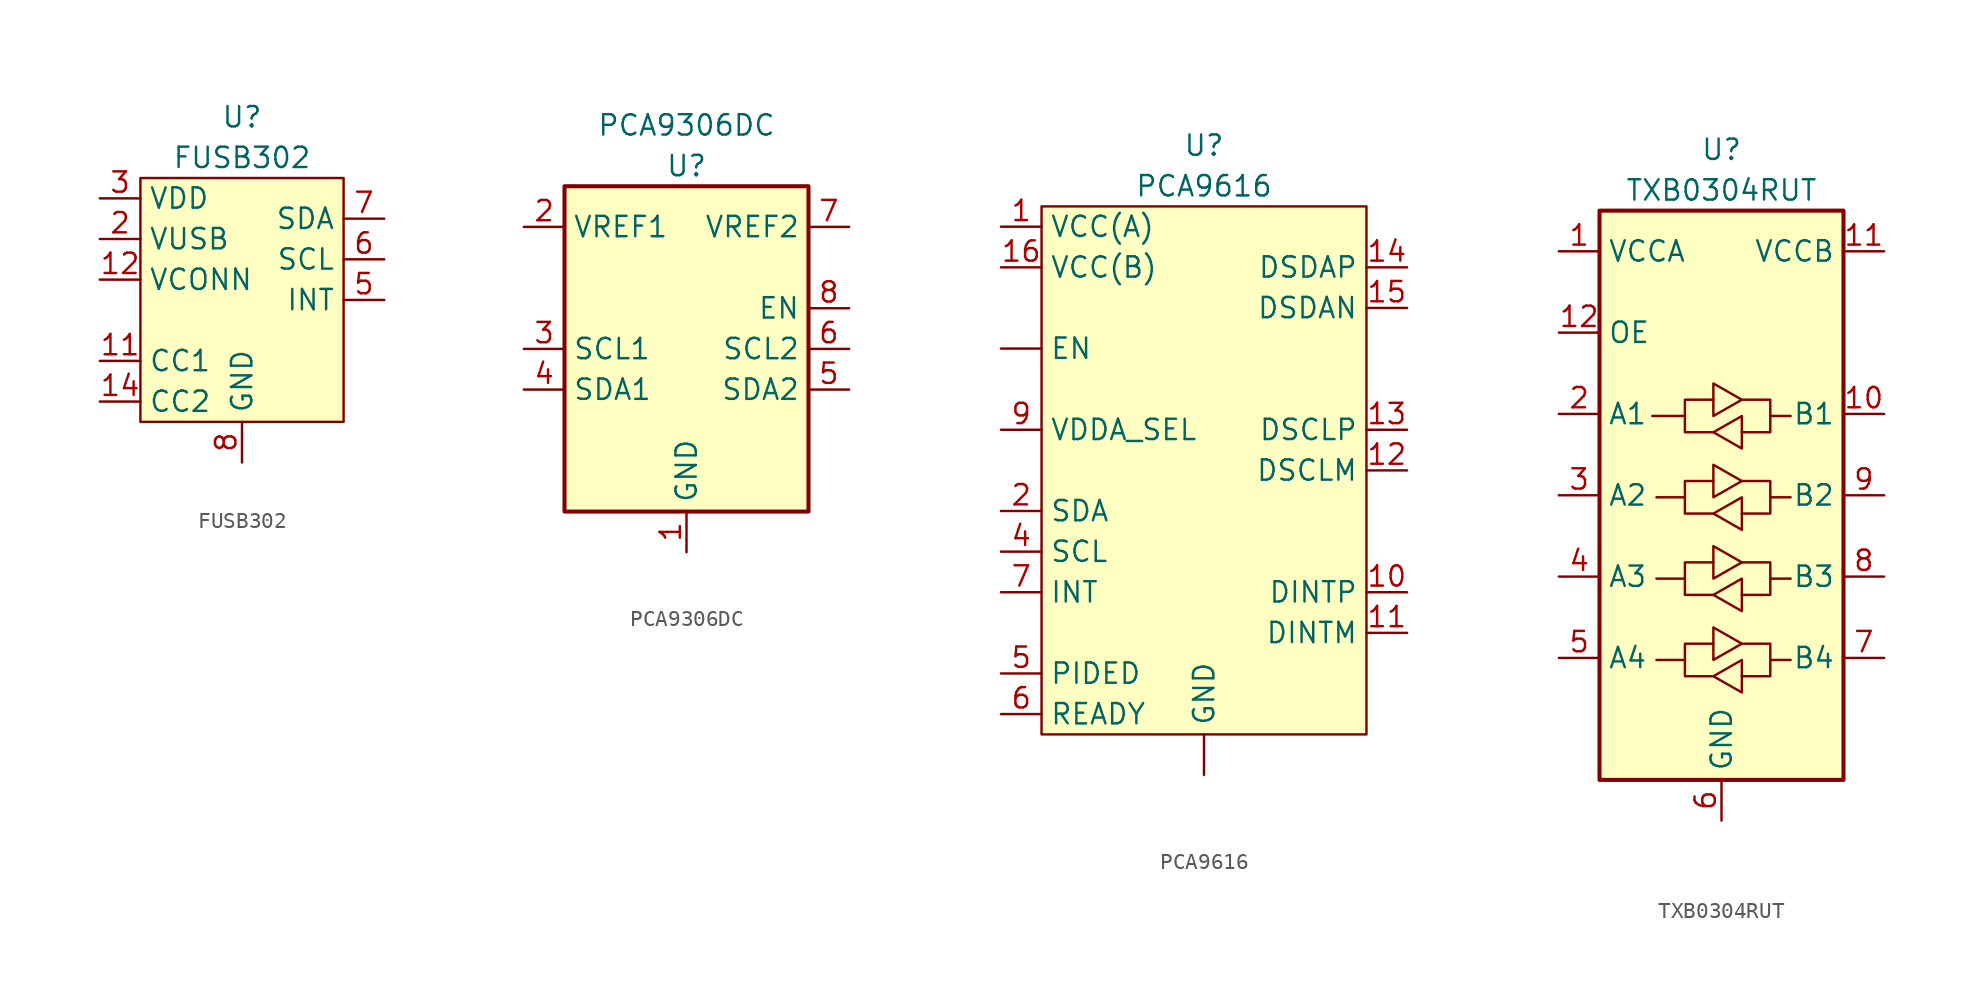
<source format=kicad_sym>
(kicad_symbol_lib
  (version 20220914)
  (generator kicad_symbol_editor)
  (symbol "FUSB302"
    (property "Reference" "U"
      (at 0 5.08 0)
      (effects (font (size 1.27 1.27))))
    (property "Value" "FUSB302"
      (at 0 2.54 0)
      (effects (font (size 1.27 1.27))))
    (symbol "FUSB302_0_1"
      (rectangle (start -6.35 1.27) (end 6.35 -13.97) (stroke (width 0) (type default)) (fill (type background))))
    (symbol "FUSB302_1_1"
      (pin bidirectional line (at -8.89 -10.16 0) (length 2.54) (name "CC1" (effects (font (size 1.27 1.27)))) (number "11" (effects (font (size 1.27 1.27)))))
      (pin power_in line (at -8.89 -5.08 0) (length 2.54) (name "VCONN" (effects (font (size 1.27 1.27)))) (number "12" (effects (font (size 1.27 1.27)))))
      (pin power_in line (at -8.89 -5.08 0) (length 2.54) hide (name "VCONN" (effects (font (size 1.27 1.27)))) (number "13" (effects (font (size 1.27 1.27)))))
      (pin bidirectional line (at -8.89 -12.7 0) (length 2.54) (name "CC2" (effects (font (size 1.27 1.27)))) (number "14" (effects (font (size 1.27 1.27)))))
      (pin input line (at -8.89 -2.54 0) (length 2.54) (name "VUSB" (effects (font (size 1.27 1.27)))) (number "2" (effects (font (size 1.27 1.27)))))
      (pin power_in line (at -8.89 0 0) (length 2.54) (name "VDD" (effects (font (size 1.27 1.27)))) (number "3" (effects (font (size 1.27 1.27)))))
      (pin power_in line (at -8.89 0 0) (length 2.54) hide (name "VDD" (effects (font (size 1.27 1.27)))) (number "4" (effects (font (size 1.27 1.27)))))
      (pin output line (at 8.89 -6.35 180) (length 2.54) (name "INT" (effects (font (size 1.27 1.27)))) (number "5" (effects (font (size 1.27 1.27)))))
      (pin input line (at 8.89 -3.81 180) (length 2.54) (name "SCL" (effects (font (size 1.27 1.27)))) (number "6" (effects (font (size 1.27 1.27)))))
      (pin bidirectional line (at 8.89 -1.27 180) (length 2.54) (name "SDA" (effects (font (size 1.27 1.27)))) (number "7" (effects (font (size 1.27 1.27)))))
      (pin bidirectional line (at 0 -16.51 90) (length 2.54) (name "GND" (effects (font (size 1.27 1.27)))) (number "8" (effects (font (size 1.27 1.27)))))
      (pin bidirectional line (at 0 -16.51 90) (length 2.54) hide (name "GND" (effects (font (size 1.27 1.27)))) (number "9" (effects (font (size 1.27 1.27)))))))
  (symbol "PCA9306DC"
    (property "Reference" "U"
      (at 0 3.81 0)
      (effects (font (size 1.27 1.27))))
    (property "Value" "PCA9306DC"
      (at 0 6.35 0)
      (effects (font (size 1.27 1.27))))
    (symbol "PCA9306DC_0_1"
      (rectangle (start -7.62 2.54) (end 7.62 -17.78) (stroke (width 0.254) (type default)) (fill (type background))))
    (symbol "PCA9306DC_1_1"
      (pin power_in line (at 0 -20.32 90) (length 2.54) (name "GND" (effects (font (size 1.27 1.27)))) (number "1" (effects (font (size 1.27 1.27)))))
      (pin power_in line (at -10.16 0 0) (length 2.54) (name "VREF1" (effects (font (size 1.27 1.27)))) (number "2" (effects (font (size 1.27 1.27)))))
      (pin bidirectional line (at -10.16 -7.62 0) (length 2.54) (name "SCL1" (effects (font (size 1.27 1.27)))) (number "3" (effects (font (size 1.27 1.27)))))
      (pin bidirectional line (at -10.16 -10.16 0) (length 2.54) (name "SDA1" (effects (font (size 1.27 1.27)))) (number "4" (effects (font (size 1.27 1.27)))))
      (pin bidirectional line (at 10.16 -10.16 180) (length 2.54) (name "SDA2" (effects (font (size 1.27 1.27)))) (number "5" (effects (font (size 1.27 1.27)))))
      (pin bidirectional line (at 10.16 -7.62 180) (length 2.54) (name "SCL2" (effects (font (size 1.27 1.27)))) (number "6" (effects (font (size 1.27 1.27)))))
      (pin power_in line (at 10.16 0 180) (length 2.54) (name "VREF2" (effects (font (size 1.27 1.27)))) (number "7" (effects (font (size 1.27 1.27)))))
      (pin input line (at 10.16 -5.08 180) (length 2.54) (name "EN" (effects (font (size 1.27 1.27)))) (number "8" (effects (font (size 1.27 1.27)))))))
  (symbol "PCA9616"
    (property "Reference" "U"
      (at 0 5.08 0)
      (effects (font (size 1.27 1.27))))
    (property "Value" "PCA9616"
      (at 0 2.54 0)
      (effects (font (size 1.27 1.27))))
    (symbol "PCA9616_0_1"
      (rectangle (start -10.16 1.27) (end 10.16 -31.75) (stroke (width 0) (type default)) (fill (type background))))
    (symbol "PCA9616_1_1"
      (pin power_in line (at -12.7 -7.62 0) (length 2.54) (name "EN" (effects (font (size 1.27 1.27)))) (number "" (effects (font (size 1.27 1.27)))))
      (pin power_in line (at 0 -34.29 90) (length 2.54) (name "GND" (effects (font (size 1.27 1.27)))) (number "" (effects (font (size 1.27 1.27)))))
      (pin power_in line (at -12.7 0 0) (length 2.54) (name "VCC(A)" (effects (font (size 1.27 1.27)))) (number "1" (effects (font (size 1.27 1.27)))))
      (pin bidirectional line (at 12.7 -22.86 180) (length 2.54) (name "DINTP" (effects (font (size 1.27 1.27)))) (number "10" (effects (font (size 1.27 1.27)))))
      (pin bidirectional line (at 12.7 -25.4 180) (length 2.54) (name "DINTM" (effects (font (size 1.27 1.27)))) (number "11" (effects (font (size 1.27 1.27)))))
      (pin bidirectional line (at 12.7 -15.24 180) (length 2.54) (name "DSCLM" (effects (font (size 1.27 1.27)))) (number "12" (effects (font (size 1.27 1.27)))))
      (pin bidirectional line (at 12.7 -12.7 180) (length 2.54) (name "DSCLP" (effects (font (size 1.27 1.27)))) (number "13" (effects (font (size 1.27 1.27)))))
      (pin bidirectional line (at 12.7 -2.54 180) (length 2.54) (name "DSDAP" (effects (font (size 1.27 1.27)))) (number "14" (effects (font (size 1.27 1.27)))))
      (pin bidirectional line (at 12.7 -5.08 180) (length 2.54) (name "DSDAN" (effects (font (size 1.27 1.27)))) (number "15" (effects (font (size 1.27 1.27)))))
      (pin power_in line (at -12.7 -2.54 0) (length 2.54) (name "VCC(B)" (effects (font (size 1.27 1.27)))) (number "16" (effects (font (size 1.27 1.27)))))
      (pin bidirectional line (at -12.7 -17.78 0) (length 2.54) (name "SDA" (effects (font (size 1.27 1.27)))) (number "2" (effects (font (size 1.27 1.27)))))
      (pin bidirectional line (at -12.7 -20.32 0) (length 2.54) (name "SCL" (effects (font (size 1.27 1.27)))) (number "4" (effects (font (size 1.27 1.27)))))
      (pin open_collector line (at -12.7 -27.94 0) (length 2.54) (name "PIDED" (effects (font (size 1.27 1.27)))) (number "5" (effects (font (size 1.27 1.27)))))
      (pin open_collector line (at -12.7 -30.48 0) (length 2.54) (name "READY" (effects (font (size 1.27 1.27)))) (number "6" (effects (font (size 1.27 1.27)))))
      (pin bidirectional line (at -12.7 -22.86 0) (length 2.54) (name "INT" (effects (font (size 1.27 1.27)))) (number "7" (effects (font (size 1.27 1.27)))))
      (pin input line (at -12.7 -12.7 0) (length 2.54) (name "VDDA_SEL" (effects (font (size 1.27 1.27)))) (number "9" (effects (font (size 1.27 1.27)))))))
  (symbol "TXB0304RUT"
    (property "Reference" "U"
      (at 0 6.35 0)
      (effects (font (size 1.27 1.27))))
    (property "Value" "TXB0304RUT"
      (at 0 3.81 0)
      (effects (font (size 1.27 1.27))))
    (symbol "TXB0304RUT_0_1"
      (rectangle (start -7.62 2.54) (end 7.62 -33.02) (stroke (width 0.254) (type default)) (fill (type background)))
      (polyline (pts (xy -2.286 -25.527) (xy -2.286 -24.511) (xy -0.508 -24.511)) (stroke (width 0) (type default)) (fill (type none)))
      (polyline (pts (xy -2.286 -20.447) (xy -2.286 -19.431) (xy -0.508 -19.431)) (stroke (width 0) (type default)) (fill (type none)))
      (polyline (pts (xy -2.286 -15.367) (xy -2.286 -14.351) (xy -0.508 -14.351)) (stroke (width 0) (type default)) (fill (type none)))
      (polyline (pts (xy -2.286 -10.287) (xy -2.286 -9.271) (xy -0.508 -9.271)) (stroke (width 0) (type default)) (fill (type none)))
      (polyline (pts (xy 3.048 -25.527) (xy 3.048 -26.543) (xy 1.27 -26.543)) (stroke (width 0) (type default)) (fill (type none)))
      (polyline (pts (xy 3.048 -20.447) (xy 3.048 -21.463) (xy 1.27 -21.463)) (stroke (width 0) (type default)) (fill (type none)))
      (polyline (pts (xy 3.048 -15.367) (xy 3.048 -16.383) (xy 1.27 -16.383)) (stroke (width 0) (type default)) (fill (type none)))
      (polyline (pts (xy 3.048 -10.287) (xy 3.048 -11.303) (xy 1.27 -11.303)) (stroke (width 0) (type default)) (fill (type none)))
      (polyline (pts (xy -0.508 -26.543) (xy -2.286 -26.543) (xy -2.286 -25.527) (xy -4.064 -25.527)) (stroke (width 0) (type default)) (fill (type none)))
      (polyline (pts (xy -0.508 -26.543) (xy 1.27 -25.527) (xy 1.27 -27.559) (xy -0.508 -26.543)) (stroke (width 0) (type default)) (fill (type none)))
      (polyline (pts (xy -0.508 -21.463) (xy -2.286 -21.463) (xy -2.286 -20.447) (xy -4.064 -20.447)) (stroke (width 0) (type default)) (fill (type none)))
      (polyline (pts (xy -0.508 -21.463) (xy 1.27 -20.447) (xy 1.27 -22.479) (xy -0.508 -21.463)) (stroke (width 0) (type default)) (fill (type none)))
      (polyline (pts (xy -0.508 -16.383) (xy -2.286 -16.383) (xy -2.286 -15.367) (xy -4.064 -15.367)) (stroke (width 0) (type default)) (fill (type none)))
      (polyline (pts (xy -0.508 -16.383) (xy 1.27 -15.367) (xy 1.27 -17.399) (xy -0.508 -16.383)) (stroke (width 0) (type default)) (fill (type none)))
      (polyline (pts (xy -0.508 -11.303) (xy -2.286 -11.303) (xy -2.286 -10.287) (xy -4.318 -10.287)) (stroke (width 0) (type default)) (fill (type none)))
      (polyline (pts (xy -0.508 -11.303) (xy 1.27 -10.287) (xy 1.27 -12.319) (xy -0.508 -11.303)) (stroke (width 0) (type default)) (fill (type none)))
      (polyline (pts (xy 1.27 -24.511) (xy -0.508 -25.527) (xy -0.508 -23.495) (xy 1.27 -24.511)) (stroke (width 0) (type default)) (fill (type none)))
      (polyline (pts (xy 1.27 -24.511) (xy 3.048 -24.511) (xy 3.048 -25.527) (xy 4.318 -25.527)) (stroke (width 0) (type default)) (fill (type none)))
      (polyline (pts (xy 1.27 -19.431) (xy -0.508 -20.447) (xy -0.508 -18.415) (xy 1.27 -19.431)) (stroke (width 0) (type default)) (fill (type none)))
      (polyline (pts (xy 1.27 -19.431) (xy 3.048 -19.431) (xy 3.048 -20.447) (xy 4.318 -20.447)) (stroke (width 0) (type default)) (fill (type none)))
      (polyline (pts (xy 1.27 -14.351) (xy -0.508 -15.367) (xy -0.508 -13.335) (xy 1.27 -14.351)) (stroke (width 0) (type default)) (fill (type none)))
      (polyline (pts (xy 1.27 -14.351) (xy 3.048 -14.351) (xy 3.048 -15.367) (xy 4.318 -15.367)) (stroke (width 0) (type default)) (fill (type none)))
      (polyline (pts (xy 1.27 -9.271) (xy -0.508 -10.287) (xy -0.508 -8.255) (xy 1.27 -9.271)) (stroke (width 0) (type default)) (fill (type none)))
      (polyline (pts (xy 1.27 -9.271) (xy 3.048 -9.271) (xy 3.048 -10.287) (xy 4.318 -10.287)) (stroke (width 0) (type default)) (fill (type none))))
    (symbol "TXB0304RUT_1_1"
      (pin power_in line (at -10.16 0 0) (length 2.54) (name "VCCA" (effects (font (size 1.27 1.27)))) (number "1" (effects (font (size 1.27 1.27)))))
      (pin tri_state line (at 10.16 -10.16 180) (length 2.54) (name "B1" (effects (font (size 1.27 1.27)))) (number "10" (effects (font (size 1.27 1.27)))))
      (pin power_in line (at 10.16 0 180) (length 2.54) (name "VCCB" (effects (font (size 1.27 1.27)))) (number "11" (effects (font (size 1.27 1.27)))))
      (pin input line (at -10.16 -5.08 0) (length 2.54) (name "OE" (effects (font (size 1.27 1.27)))) (number "12" (effects (font (size 1.27 1.27)))))
      (pin tri_state line (at -10.16 -10.16 0) (length 2.54) (name "A1" (effects (font (size 1.27 1.27)))) (number "2" (effects (font (size 1.27 1.27)))))
      (pin tri_state line (at -10.16 -15.24 0) (length 2.54) (name "A2" (effects (font (size 1.27 1.27)))) (number "3" (effects (font (size 1.27 1.27)))))
      (pin tri_state line (at -10.16 -20.32 0) (length 2.54) (name "A3" (effects (font (size 1.27 1.27)))) (number "4" (effects (font (size 1.27 1.27)))))
      (pin tri_state line (at -10.16 -25.4 0) (length 2.54) (name "A4" (effects (font (size 1.27 1.27)))) (number "5" (effects (font (size 1.27 1.27)))))
      (pin power_in line (at 0 -35.56 90) (length 2.54) (name "GND" (effects (font (size 1.27 1.27)))) (number "6" (effects (font (size 1.27 1.27)))))
      (pin tri_state line (at 10.16 -25.4 180) (length 2.54) (name "B4" (effects (font (size 1.27 1.27)))) (number "7" (effects (font (size 1.27 1.27)))))
      (pin tri_state line (at 10.16 -20.32 180) (length 2.54) (name "B3" (effects (font (size 1.27 1.27)))) (number "8" (effects (font (size 1.27 1.27)))))
      (pin tri_state line (at 10.16 -15.24 180) (length 2.54) (name "B2" (effects (font (size 1.27 1.27)))) (number "9" (effects (font (size 1.27 1.27))))))))
</source>
